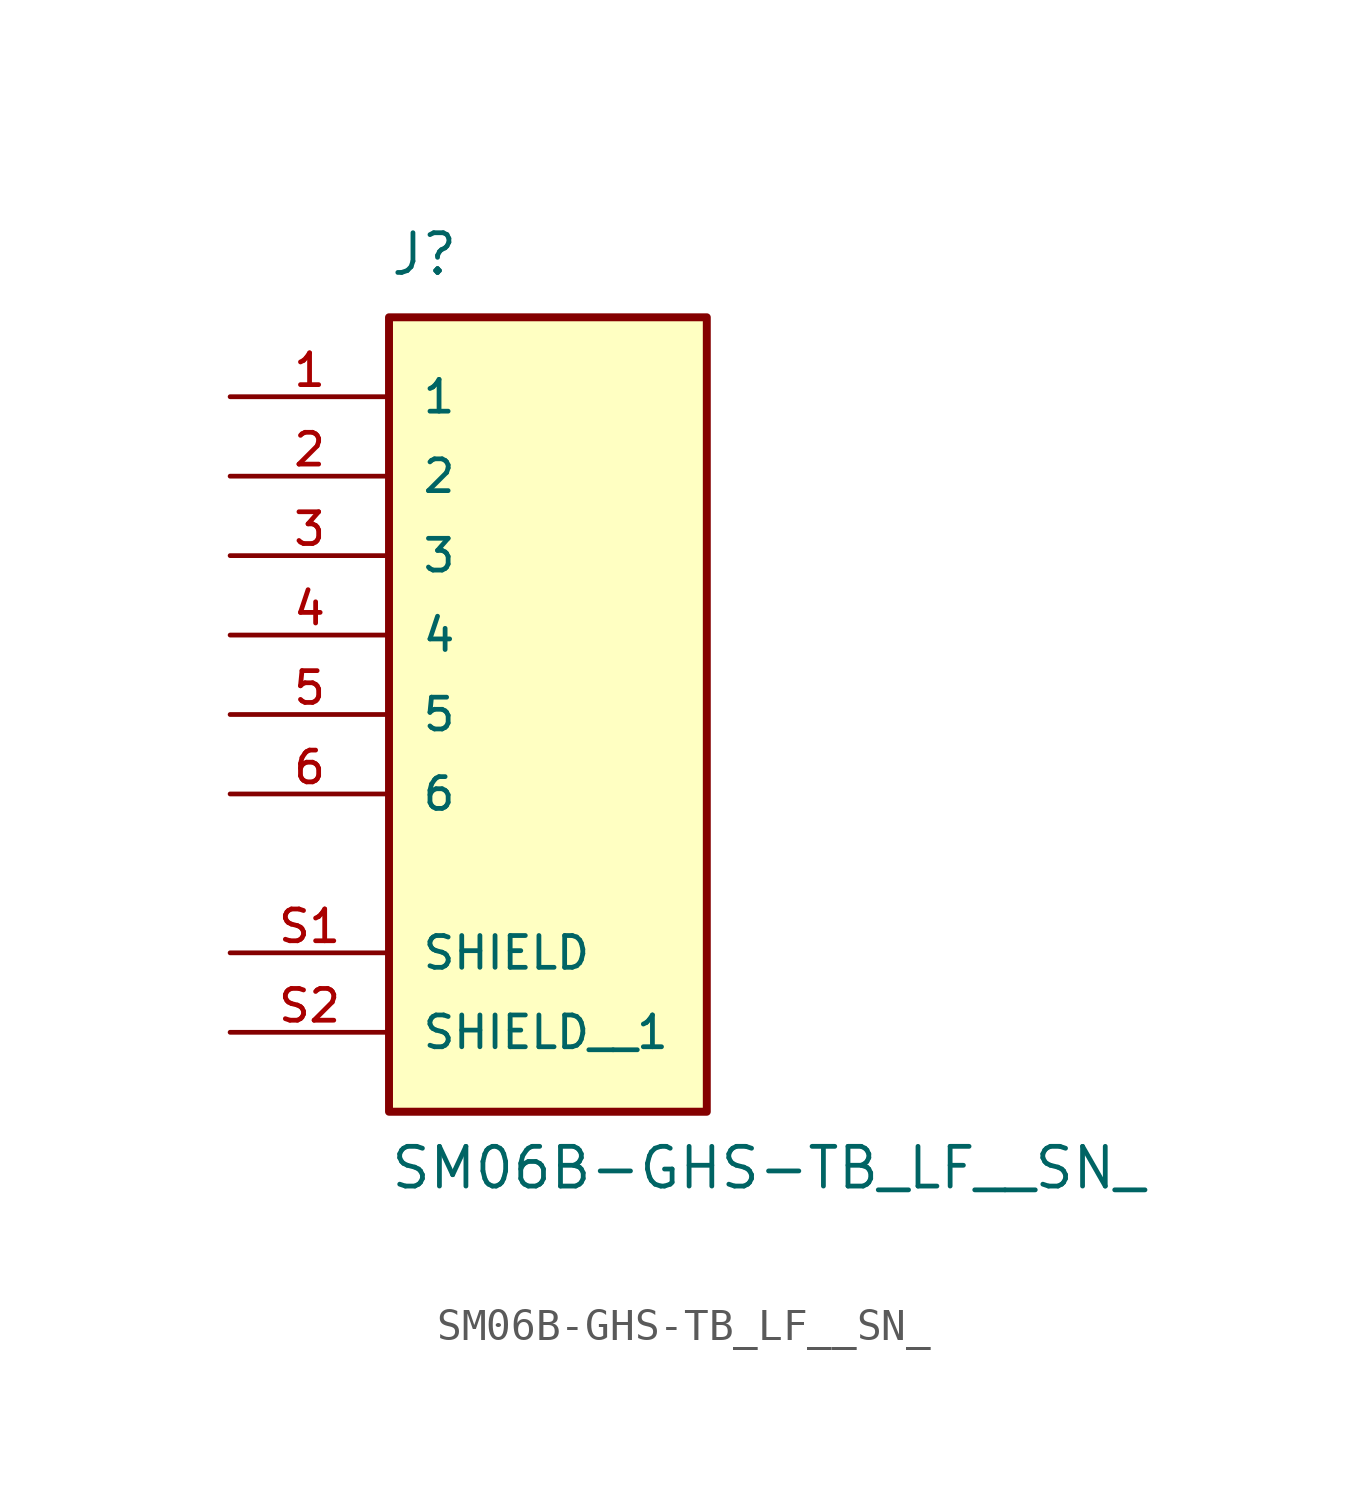
<source format=kicad_sym>
(kicad_symbol_lib
  (version 20211014)
  (generator kicad_symbol_editor)
  (symbol "SM06B-GHS-TB_LF__SN_"
    (pin_names
      (offset 1.016))
    (property "Reference" "J"
      (at -5.08 11.43 0)
      (effects (font (size 1.27 1.27)) (justify bottom left)))
    (property "Value" "SM06B-GHS-TB_LF__SN_"
      (at -5.08 -17.78 0)
      (effects (font (size 1.27 1.27)) (justify bottom left)))
    (symbol "SM06B-GHS-TB_LF__SN__0_0"
      (rectangle (start -5.08 -15.24) (end 5.08 10.16) (stroke (width 0.254)) (fill (type background)))
      (pin passive line (at -10.16 7.62 0) (length 5.08) (name "1" (effects (font (size 1.016 1.016)))) (number "1" (effects (font (size 1.016 1.016)))))
      (pin passive line (at -10.16 5.08 0) (length 5.08) (name "2" (effects (font (size 1.016 1.016)))) (number "2" (effects (font (size 1.016 1.016)))))
      (pin passive line (at -10.16 2.54 0) (length 5.08) (name "3" (effects (font (size 1.016 1.016)))) (number "3" (effects (font (size 1.016 1.016)))))
      (pin passive line (at -10.16 0.0 0) (length 5.08) (name "4" (effects (font (size 1.016 1.016)))) (number "4" (effects (font (size 1.016 1.016)))))
      (pin passive line (at -10.16 -2.54 0) (length 5.08) (name "5" (effects (font (size 1.016 1.016)))) (number "5" (effects (font (size 1.016 1.016)))))
      (pin passive line (at -10.16 -5.08 0) (length 5.08) (name "6" (effects (font (size 1.016 1.016)))) (number "6" (effects (font (size 1.016 1.016)))))
      (pin passive line (at -10.16 -10.16 0) (length 5.08) (name "SHIELD" (effects (font (size 1.016 1.016)))) (number "S1" (effects (font (size 1.016 1.016)))))
      (pin passive line (at -10.16 -12.7 0) (length 5.08) (name "SHIELD__1" (effects (font (size 1.016 1.016)))) (number "S2" (effects (font (size 1.016 1.016))))))))
</source>
